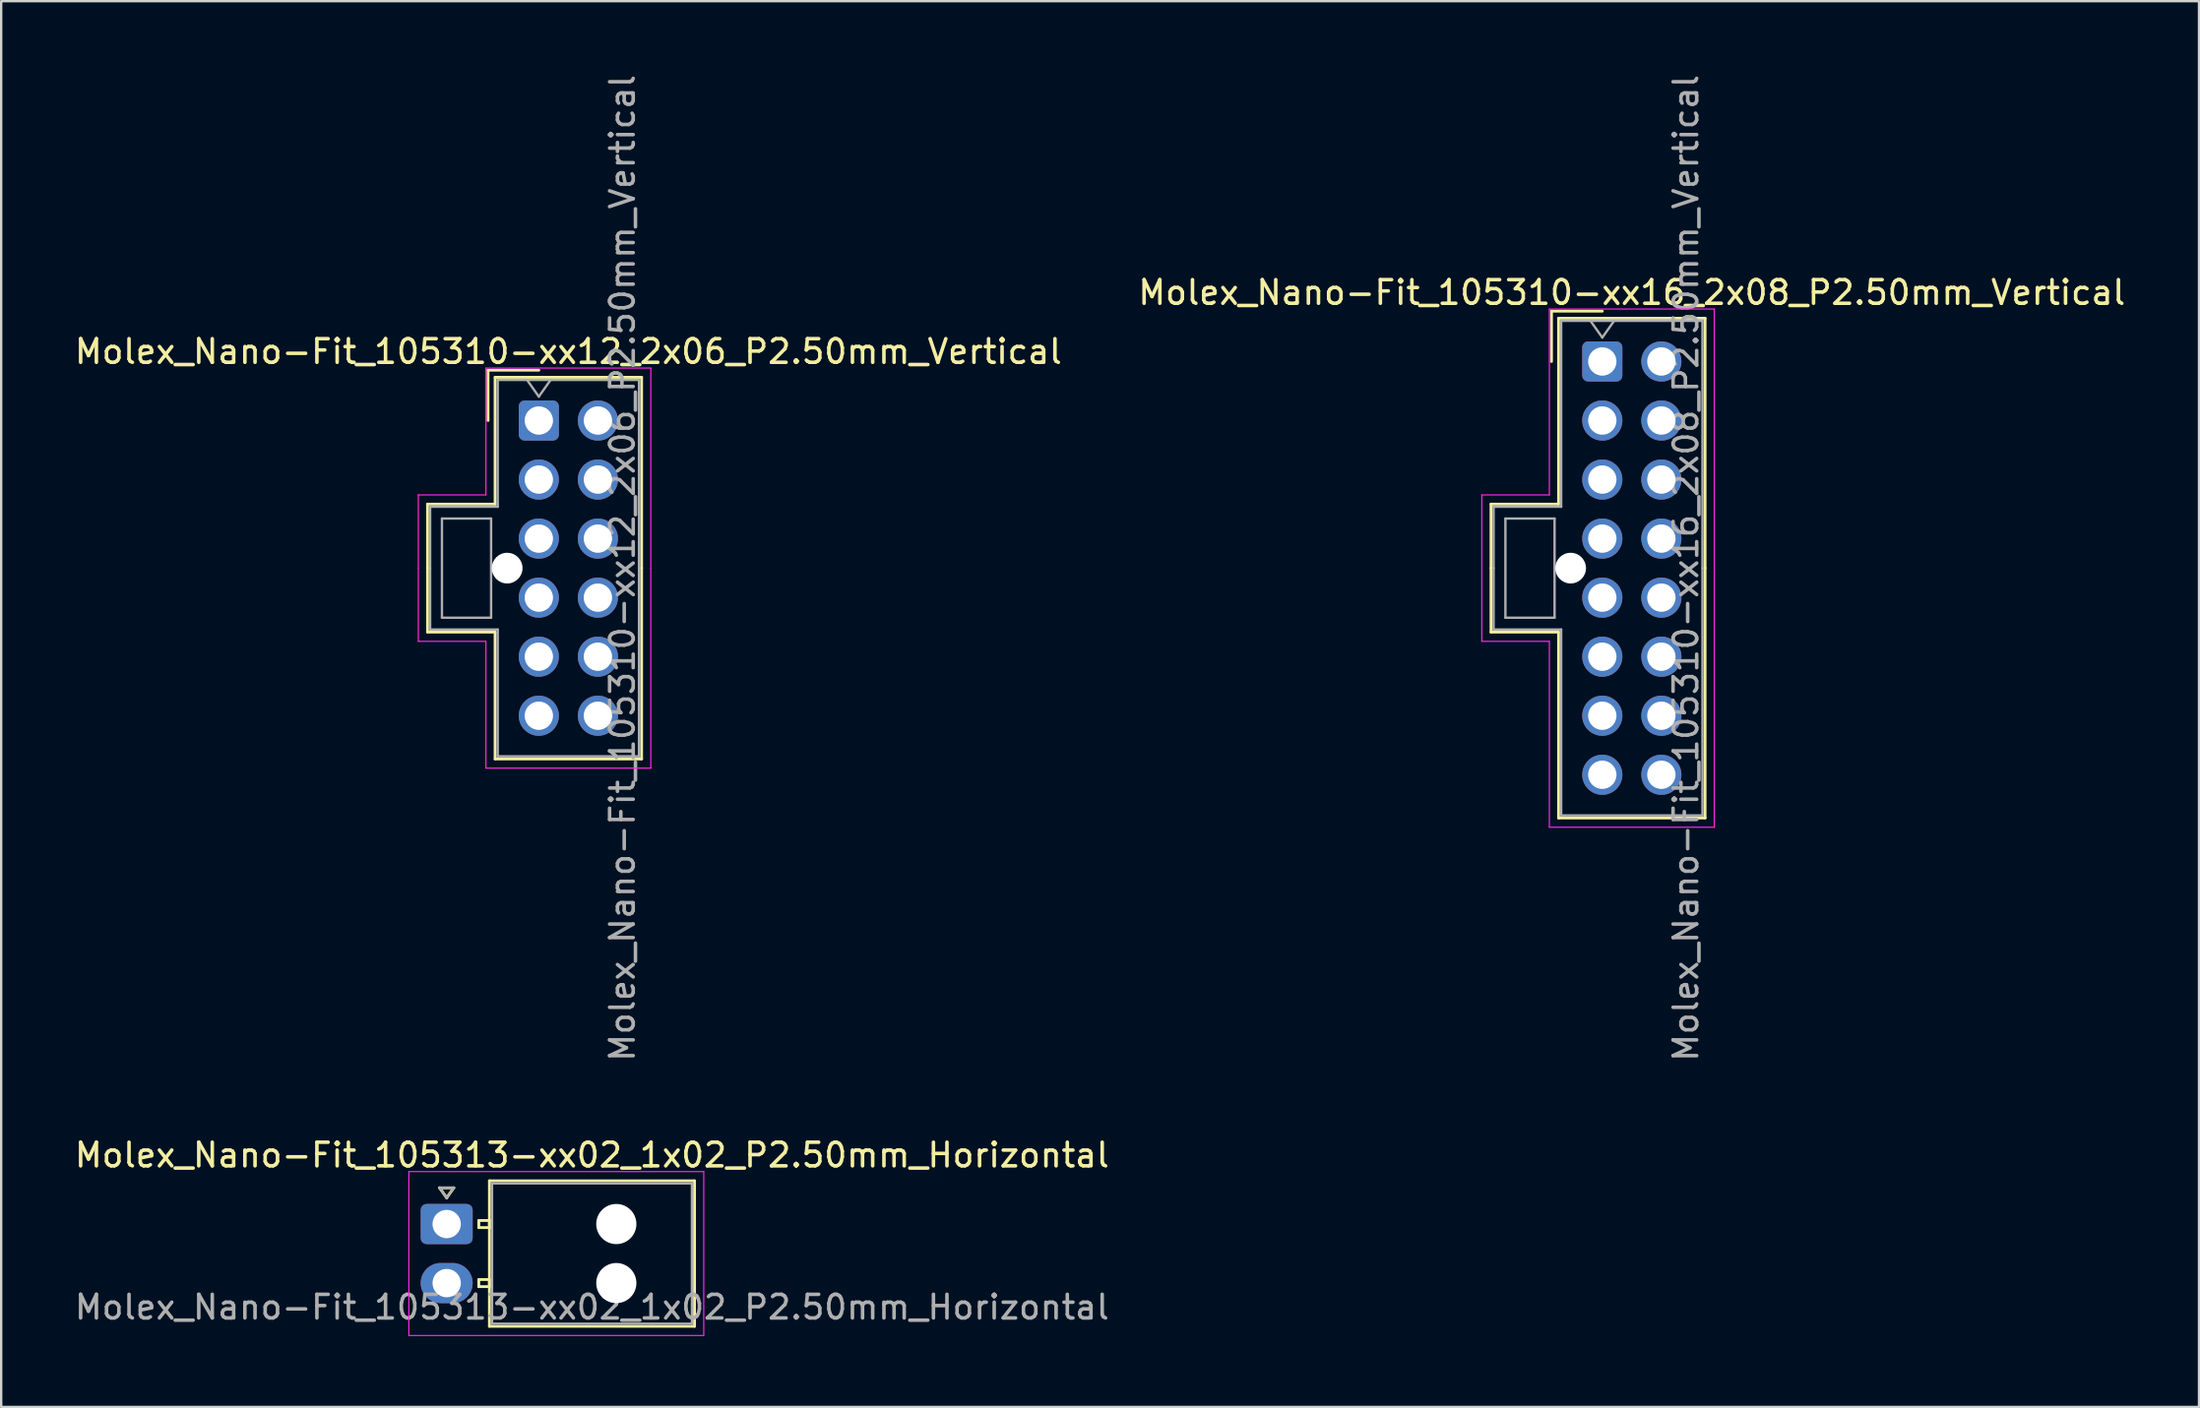
<source format=kicad_pcb>
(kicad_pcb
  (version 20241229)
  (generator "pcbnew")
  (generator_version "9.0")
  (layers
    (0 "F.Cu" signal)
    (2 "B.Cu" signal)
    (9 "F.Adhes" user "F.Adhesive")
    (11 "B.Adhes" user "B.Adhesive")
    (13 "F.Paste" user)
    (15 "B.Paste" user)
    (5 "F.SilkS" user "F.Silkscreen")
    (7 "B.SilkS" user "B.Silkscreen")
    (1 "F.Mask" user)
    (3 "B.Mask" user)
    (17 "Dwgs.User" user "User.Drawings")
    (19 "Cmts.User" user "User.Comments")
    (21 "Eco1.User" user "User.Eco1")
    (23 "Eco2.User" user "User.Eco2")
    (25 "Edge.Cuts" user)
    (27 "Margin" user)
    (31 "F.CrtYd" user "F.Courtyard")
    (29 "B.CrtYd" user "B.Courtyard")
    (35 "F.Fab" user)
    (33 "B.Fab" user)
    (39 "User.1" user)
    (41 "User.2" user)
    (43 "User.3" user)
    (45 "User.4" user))
  (footprint "Molex_Nano-Fit_105310-xx12_2x06_P2.50mm_Vertical"
    (layer "F.Cu")
    (at 19.756 14.756)
    (property "Reference" "Molex_Nano-Fit_105310-xx12_2x06_P2.50mm_Vertical" (at 1.25 -2.92 0) (layer "F.SilkS") (effects (font (size 1 1) (thickness 0.15))))
    (attr through_hole)
    (fp_line (start -4.71 3.54) (end -4.71 6.25) (stroke (width 0.12) (type solid)) (layer "F.SilkS"))
    (fp_line (start -4.71 8.96) (end -4.71 6.25) (stroke (width 0.12) (type solid)) (layer "F.SilkS"))
    (fp_line (start -2.15 -2.13) (end -2.15 0) (stroke (width 0.12) (type solid)) (layer "F.SilkS"))
    (fp_line (start -1.85 -1.83) (end -1.85 3.54) (stroke (width 0.12) (type solid)) (layer "F.SilkS"))
    (fp_line (start -1.85 3.54) (end -4.71 3.54) (stroke (width 0.12) (type solid)) (layer "F.SilkS"))
    (fp_line (start -1.85 8.96) (end -4.71 8.96) (stroke (width 0.12) (type solid)) (layer "F.SilkS"))
    (fp_line (start -1.85 14.33) (end -1.85 8.96) (stroke (width 0.12) (type solid)) (layer "F.SilkS"))
    (fp_line (start 0 -2.13) (end -2.15 -2.13) (stroke (width 0.12) (type solid)) (layer "F.SilkS"))
    (fp_line (start 4.35 -1.83) (end -1.85 -1.83) (stroke (width 0.12) (type solid)) (layer "F.SilkS"))
    (fp_line (start 4.35 6.25) (end 4.35 -1.83) (stroke (width 0.12) (type solid)) (layer "F.SilkS"))
    (fp_line (start 4.35 6.25) (end 4.35 14.33) (stroke (width 0.12) (type solid)) (layer "F.SilkS"))
    (fp_line (start 4.35 14.33) (end -1.85 14.33) (stroke (width 0.12) (type solid)) (layer "F.SilkS"))
    (fp_line (start -5.1 3.15) (end -5.1 6.25) (stroke (width 0.05) (type solid)) (layer "F.CrtYd"))
    (fp_line (start -5.1 9.35) (end -5.1 6.25) (stroke (width 0.05) (type solid)) (layer "F.CrtYd"))
    (fp_line (start -2.24 -2.22) (end -2.24 3.15) (stroke (width 0.05) (type solid)) (layer "F.CrtYd"))
    (fp_line (start -2.24 3.15) (end -5.1 3.15) (stroke (width 0.05) (type solid)) (layer "F.CrtYd"))
    (fp_line (start -2.24 9.35) (end -5.1 9.35) (stroke (width 0.05) (type solid)) (layer "F.CrtYd"))
    (fp_line (start -2.24 14.72) (end -2.24 9.35) (stroke (width 0.05) (type solid)) (layer "F.CrtYd"))
    (fp_line (start 4.74 -2.22) (end -2.24 -2.22) (stroke (width 0.05) (type solid)) (layer "F.CrtYd"))
    (fp_line (start 4.74 6.25) (end 4.74 -2.22) (stroke (width 0.05) (type solid)) (layer "F.CrtYd"))
    (fp_line (start 4.74 6.25) (end 4.74 14.72) (stroke (width 0.05) (type solid)) (layer "F.CrtYd"))
    (fp_line (start 4.74 14.72) (end -2.24 14.72) (stroke (width 0.05) (type solid)) (layer "F.CrtYd"))
    (fp_line (start -4.6 3.65) (end -4.6 6.25) (stroke (width 0.1) (type solid)) (layer "F.Fab"))
    (fp_line (start -4.6 8.85) (end -4.6 6.25) (stroke (width 0.1) (type solid)) (layer "F.Fab"))
    (fp_line (start -4.1 4.15) (end -4.1 8.35) (stroke (width 0.1) (type solid)) (layer "F.Fab"))
    (fp_line (start -4.1 8.35) (end -2.02 8.35) (stroke (width 0.1) (type solid)) (layer "F.Fab"))
    (fp_line (start -2.02 4.15) (end -4.1 4.15) (stroke (width 0.1) (type solid)) (layer "F.Fab"))
    (fp_line (start -2.02 8.35) (end -2.02 4.15) (stroke (width 0.1) (type solid)) (layer "F.Fab"))
    (fp_line (start -1.74 -1.72) (end -1.74 3.65) (stroke (width 0.1) (type solid)) (layer "F.Fab"))
    (fp_line (start -1.74 3.65) (end -4.6 3.65) (stroke (width 0.1) (type solid)) (layer "F.Fab"))
    (fp_line (start -1.74 8.85) (end -4.6 8.85) (stroke (width 0.1) (type solid)) (layer "F.Fab"))
    (fp_line (start -1.74 14.22) (end -1.74 8.85) (stroke (width 0.1) (type solid)) (layer "F.Fab"))
    (fp_line (start -0.5 -1.72) (end 0 -1.013) (stroke (width 0.1) (type solid)) (layer "F.Fab"))
    (fp_line (start 0 -1.013) (end 0.5 -1.72) (stroke (width 0.1) (type solid)) (layer "F.Fab"))
    (fp_line (start 4.24 -1.72) (end -1.74 -1.72) (stroke (width 0.1) (type solid)) (layer "F.Fab"))
    (fp_line (start 4.24 6.25) (end 4.24 -1.72) (stroke (width 0.1) (type solid)) (layer "F.Fab"))
    (fp_line (start 4.24 6.25) (end 4.24 14.22) (stroke (width 0.1) (type solid)) (layer "F.Fab"))
    (fp_line (start 4.24 14.22) (end -1.74 14.22) (stroke (width 0.1) (type solid)) (layer "F.Fab"))
    (fp_text user "${REFERENCE}" (at 3.54 6.25 90) (layer "F.Fab") (effects (font (size 1 1) (thickness 0.15))))
    (pad "" np_thru_hole circle (at -1.34 6.25) (size 1.3 1.3) (drill 1.3) (layers "*.Cu" "*.Mask"))
    (pad "1" thru_hole roundrect (at 0 0) (size 1.7 1.7) (drill 1.2) (layers "*.Cu" "*.Mask") (roundrect_rratio 0.147))
    (pad "2" thru_hole circle (at 0 2.5) (size 1.7 1.7) (drill 1.2) (layers "*.Cu" "*.Mask"))
    (pad "3" thru_hole circle (at 0 5) (size 1.7 1.7) (drill 1.2) (layers "*.Cu" "*.Mask"))
    (pad "4" thru_hole circle (at 0 7.5) (size 1.7 1.7) (drill 1.2) (layers "*.Cu" "*.Mask"))
    (pad "5" thru_hole circle (at 0 10) (size 1.7 1.7) (drill 1.2) (layers "*.Cu" "*.Mask"))
    (pad "6" thru_hole circle (at 0 12.5) (size 1.7 1.7) (drill 1.2) (layers "*.Cu" "*.Mask"))
    (pad "7" thru_hole circle (at 2.5 0) (size 1.7 1.7) (drill 1.2) (layers "*.Cu" "*.Mask"))
    (pad "8" thru_hole circle (at 2.5 2.5) (size 1.7 1.7) (drill 1.2) (layers "*.Cu" "*.Mask"))
    (pad "9" thru_hole circle (at 2.5 5) (size 1.7 1.7) (drill 1.2) (layers "*.Cu" "*.Mask"))
    (pad "10" thru_hole circle (at 2.5 7.5) (size 1.7 1.7) (drill 1.2) (layers "*.Cu" "*.Mask"))
    (pad "11" thru_hole circle (at 2.5 10) (size 1.7 1.7) (drill 1.2) (layers "*.Cu" "*.Mask"))
    (pad "12" thru_hole circle (at 2.5 12.5) (size 1.7 1.7) (drill 1.2) (layers "*.Cu" "*.Mask")))
  (footprint "Molex_Nano-Fit_105313-xx02_1x02_P2.50mm_Horizontal"
    (layer "F.Cu")
    (at 15.856 48.78)
    (property "Reference" "Molex_Nano-Fit_105313-xx02_1x02_P2.50mm_Horizontal" (at 6.15 -2.92 0) (layer "F.SilkS") (effects (font (size 1 1) (thickness 0.15))))
    (attr through_hole)
    (fp_line (start -0.3 -1.534) (end 0 -1.11) (stroke (width 0.12) (type solid)) (layer "F.SilkS"))
    (fp_line (start 0 -1.11) (end 0.3 -1.534) (stroke (width 0.12) (type solid)) (layer "F.SilkS"))
    (fp_line (start 0.3 -1.534) (end -0.3 -1.534) (stroke (width 0.12) (type solid)) (layer "F.SilkS"))
    (fp_line (start 1.36 -0.15) (end 1.36 0.15) (stroke (width 0.12) (type solid)) (layer "F.SilkS"))
    (fp_line (start 1.36 0.15) (end 1.81 0.15) (stroke (width 0.12) (type solid)) (layer "F.SilkS"))
    (fp_line (start 1.36 2.35) (end 1.36 2.65) (stroke (width 0.12) (type solid)) (layer "F.SilkS"))
    (fp_line (start 1.36 2.65) (end 1.81 2.65) (stroke (width 0.12) (type solid)) (layer "F.SilkS"))
    (fp_line (start 1.81 -1.83) (end 1.81 4.33) (stroke (width 0.12) (type solid)) (layer "F.SilkS"))
    (fp_line (start 1.81 -0.15) (end 1.36 -0.15) (stroke (width 0.12) (type solid)) (layer "F.SilkS"))
    (fp_line (start 1.81 0.15) (end 1.81 -0.15) (stroke (width 0.12) (type solid)) (layer "F.SilkS"))
    (fp_line (start 1.81 2.35) (end 1.36 2.35) (stroke (width 0.12) (type solid)) (layer "F.SilkS"))
    (fp_line (start 1.81 2.65) (end 1.81 2.35) (stroke (width 0.12) (type solid)) (layer "F.SilkS"))
    (fp_line (start 1.81 4.33) (end 10.49 4.33) (stroke (width 0.12) (type solid)) (layer "F.SilkS"))
    (fp_line (start 10.49 -1.83) (end 1.81 -1.83) (stroke (width 0.12) (type solid)) (layer "F.SilkS"))
    (fp_line (start 10.49 4.33) (end 10.49 -1.83) (stroke (width 0.12) (type solid)) (layer "F.SilkS"))
    (fp_line (start -1.6 -2.22) (end -1.6 4.72) (stroke (width 0.05) (type solid)) (layer "F.CrtYd"))
    (fp_line (start -1.6 4.72) (end 10.88 4.72) (stroke (width 0.05) (type solid)) (layer "F.CrtYd"))
    (fp_line (start 10.88 -2.22) (end -1.6 -2.22) (stroke (width 0.05) (type solid)) (layer "F.CrtYd"))
    (fp_line (start 10.88 4.72) (end 10.88 -2.22) (stroke (width 0.05) (type solid)) (layer "F.CrtYd"))
    (fp_line (start -0.3 -1.534) (end 0 -1.11) (stroke (width 0.1) (type solid)) (layer "F.Fab"))
    (fp_line (start 0 -1.11) (end 0.3 -1.534) (stroke (width 0.1) (type solid)) (layer "F.Fab"))
    (fp_line (start 0.3 -1.534) (end -0.3 -1.534) (stroke (width 0.1) (type solid)) (layer "F.Fab"))
    (fp_line (start 1.92 -1.72) (end 1.92 4.22) (stroke (width 0.1) (type solid)) (layer "F.Fab"))
    (fp_line (start 1.92 4.22) (end 10.38 4.22) (stroke (width 0.1) (type solid)) (layer "F.Fab"))
    (fp_line (start 10.38 -1.72) (end 1.92 -1.72) (stroke (width 0.1) (type solid)) (layer "F.Fab"))
    (fp_line (start 10.38 4.22) (end 10.38 -1.72) (stroke (width 0.1) (type solid)) (layer "F.Fab"))
    (fp_text user "${REFERENCE}" (at 6.15 3.52 0) (layer "F.Fab") (effects (font (size 1 1) (thickness 0.15))))
    (pad "" np_thru_hole circle (at 7.18 0) (size 1.7 1.7) (drill 1.7) (layers "*.Cu" "*.Mask"))
    (pad "" np_thru_hole circle (at 7.18 2.5) (size 1.7 1.7) (drill 1.7) (layers "*.Cu" "*.Mask"))
    (pad "1" thru_hole roundrect (at 0 0) (size 2.2 1.7) (drill 1.2) (layers "*.Cu" "*.Mask") (roundrect_rratio 0.147))
    (pad "2" thru_hole oval (at 0 2.5) (size 2.2 1.7) (drill 1.2) (layers "*.Cu" "*.Mask")))
  (footprint "Molex_Nano-Fit_105310-xx16_2x08_P2.50mm_Vertical"
    (layer "F.Cu")
    (at 64.768 12.256)
    (property "Reference" "Molex_Nano-Fit_105310-xx16_2x08_P2.50mm_Vertical" (at 1.25 -2.92 0) (layer "F.SilkS") (effects (font (size 1 1) (thickness 0.15))))
    (attr through_hole)
    (fp_line (start -4.71 6.04) (end -4.71 8.75) (stroke (width 0.12) (type solid)) (layer "F.SilkS"))
    (fp_line (start -4.71 11.46) (end -4.71 8.75) (stroke (width 0.12) (type solid)) (layer "F.SilkS"))
    (fp_line (start -2.15 -2.13) (end -2.15 0) (stroke (width 0.12) (type solid)) (layer "F.SilkS"))
    (fp_line (start -1.85 -1.83) (end -1.85 6.04) (stroke (width 0.12) (type solid)) (layer "F.SilkS"))
    (fp_line (start -1.85 6.04) (end -4.71 6.04) (stroke (width 0.12) (type solid)) (layer "F.SilkS"))
    (fp_line (start -1.85 11.46) (end -4.71 11.46) (stroke (width 0.12) (type solid)) (layer "F.SilkS"))
    (fp_line (start -1.85 19.33) (end -1.85 11.46) (stroke (width 0.12) (type solid)) (layer "F.SilkS"))
    (fp_line (start 0 -2.13) (end -2.15 -2.13) (stroke (width 0.12) (type solid)) (layer "F.SilkS"))
    (fp_line (start 4.35 -1.83) (end -1.85 -1.83) (stroke (width 0.12) (type solid)) (layer "F.SilkS"))
    (fp_line (start 4.35 8.75) (end 4.35 -1.83) (stroke (width 0.12) (type solid)) (layer "F.SilkS"))
    (fp_line (start 4.35 8.75) (end 4.35 19.33) (stroke (width 0.12) (type solid)) (layer "F.SilkS"))
    (fp_line (start 4.35 19.33) (end -1.85 19.33) (stroke (width 0.12) (type solid)) (layer "F.SilkS"))
    (fp_line (start -5.1 5.65) (end -5.1 8.75) (stroke (width 0.05) (type solid)) (layer "F.CrtYd"))
    (fp_line (start -5.1 11.85) (end -5.1 8.75) (stroke (width 0.05) (type solid)) (layer "F.CrtYd"))
    (fp_line (start -2.24 -2.22) (end -2.24 5.65) (stroke (width 0.05) (type solid)) (layer "F.CrtYd"))
    (fp_line (start -2.24 5.65) (end -5.1 5.65) (stroke (width 0.05) (type solid)) (layer "F.CrtYd"))
    (fp_line (start -2.24 11.85) (end -5.1 11.85) (stroke (width 0.05) (type solid)) (layer "F.CrtYd"))
    (fp_line (start -2.24 19.72) (end -2.24 11.85) (stroke (width 0.05) (type solid)) (layer "F.CrtYd"))
    (fp_line (start 4.74 -2.22) (end -2.24 -2.22) (stroke (width 0.05) (type solid)) (layer "F.CrtYd"))
    (fp_line (start 4.74 8.75) (end 4.74 -2.22) (stroke (width 0.05) (type solid)) (layer "F.CrtYd"))
    (fp_line (start 4.74 8.75) (end 4.74 19.72) (stroke (width 0.05) (type solid)) (layer "F.CrtYd"))
    (fp_line (start 4.74 19.72) (end -2.24 19.72) (stroke (width 0.05) (type solid)) (layer "F.CrtYd"))
    (fp_line (start -4.6 6.15) (end -4.6 8.75) (stroke (width 0.1) (type solid)) (layer "F.Fab"))
    (fp_line (start -4.6 11.35) (end -4.6 8.75) (stroke (width 0.1) (type solid)) (layer "F.Fab"))
    (fp_line (start -4.1 6.65) (end -4.1 10.85) (stroke (width 0.1) (type solid)) (layer "F.Fab"))
    (fp_line (start -4.1 10.85) (end -2.02 10.85) (stroke (width 0.1) (type solid)) (layer "F.Fab"))
    (fp_line (start -2.02 6.65) (end -4.1 6.65) (stroke (width 0.1) (type solid)) (layer "F.Fab"))
    (fp_line (start -2.02 10.85) (end -2.02 6.65) (stroke (width 0.1) (type solid)) (layer "F.Fab"))
    (fp_line (start -1.74 -1.72) (end -1.74 6.15) (stroke (width 0.1) (type solid)) (layer "F.Fab"))
    (fp_line (start -1.74 6.15) (end -4.6 6.15) (stroke (width 0.1) (type solid)) (layer "F.Fab"))
    (fp_line (start -1.74 11.35) (end -4.6 11.35) (stroke (width 0.1) (type solid)) (layer "F.Fab"))
    (fp_line (start -1.74 19.22) (end -1.74 11.35) (stroke (width 0.1) (type solid)) (layer "F.Fab"))
    (fp_line (start -0.5 -1.72) (end 0 -1.013) (stroke (width 0.1) (type solid)) (layer "F.Fab"))
    (fp_line (start 0 -1.013) (end 0.5 -1.72) (stroke (width 0.1) (type solid)) (layer "F.Fab"))
    (fp_line (start 4.24 -1.72) (end -1.74 -1.72) (stroke (width 0.1) (type solid)) (layer "F.Fab"))
    (fp_line (start 4.24 8.75) (end 4.24 -1.72) (stroke (width 0.1) (type solid)) (layer "F.Fab"))
    (fp_line (start 4.24 8.75) (end 4.24 19.22) (stroke (width 0.1) (type solid)) (layer "F.Fab"))
    (fp_line (start 4.24 19.22) (end -1.74 19.22) (stroke (width 0.1) (type solid)) (layer "F.Fab"))
    (fp_text user "${REFERENCE}" (at 3.54 8.75 90) (layer "F.Fab") (effects (font (size 1 1) (thickness 0.15))))
    (pad "" np_thru_hole circle (at -1.34 8.75) (size 1.3 1.3) (drill 1.3) (layers "*.Cu" "*.Mask"))
    (pad "1" thru_hole roundrect (at 0 0) (size 1.7 1.7) (drill 1.2) (layers "*.Cu" "*.Mask") (roundrect_rratio 0.147))
    (pad "2" thru_hole circle (at 0 2.5) (size 1.7 1.7) (drill 1.2) (layers "*.Cu" "*.Mask"))
    (pad "3" thru_hole circle (at 0 5) (size 1.7 1.7) (drill 1.2) (layers "*.Cu" "*.Mask"))
    (pad "4" thru_hole circle (at 0 7.5) (size 1.7 1.7) (drill 1.2) (layers "*.Cu" "*.Mask"))
    (pad "5" thru_hole circle (at 0 10) (size 1.7 1.7) (drill 1.2) (layers "*.Cu" "*.Mask"))
    (pad "6" thru_hole circle (at 0 12.5) (size 1.7 1.7) (drill 1.2) (layers "*.Cu" "*.Mask"))
    (pad "7" thru_hole circle (at 0 15) (size 1.7 1.7) (drill 1.2) (layers "*.Cu" "*.Mask"))
    (pad "8" thru_hole circle (at 0 17.5) (size 1.7 1.7) (drill 1.2) (layers "*.Cu" "*.Mask"))
    (pad "9" thru_hole circle (at 2.5 0) (size 1.7 1.7) (drill 1.2) (layers "*.Cu" "*.Mask"))
    (pad "10" thru_hole circle (at 2.5 2.5) (size 1.7 1.7) (drill 1.2) (layers "*.Cu" "*.Mask"))
    (pad "11" thru_hole circle (at 2.5 5) (size 1.7 1.7) (drill 1.2) (layers "*.Cu" "*.Mask"))
    (pad "12" thru_hole circle (at 2.5 7.5) (size 1.7 1.7) (drill 1.2) (layers "*.Cu" "*.Mask"))
    (pad "13" thru_hole circle (at 2.5 10) (size 1.7 1.7) (drill 1.2) (layers "*.Cu" "*.Mask"))
    (pad "14" thru_hole circle (at 2.5 12.5) (size 1.7 1.7) (drill 1.2) (layers "*.Cu" "*.Mask"))
    (pad "15" thru_hole circle (at 2.5 15) (size 1.7 1.7) (drill 1.2) (layers "*.Cu" "*.Mask"))
    (pad "16" thru_hole circle (at 2.5 17.5) (size 1.7 1.7) (drill 1.2) (layers "*.Cu" "*.Mask")))
  (gr_rect
    (start -3 -3)
    (end 90.024 56.525)
    (stroke (width 0.1) (type default))
    (fill no)
    (layer "Edge.Cuts")))
</source>
